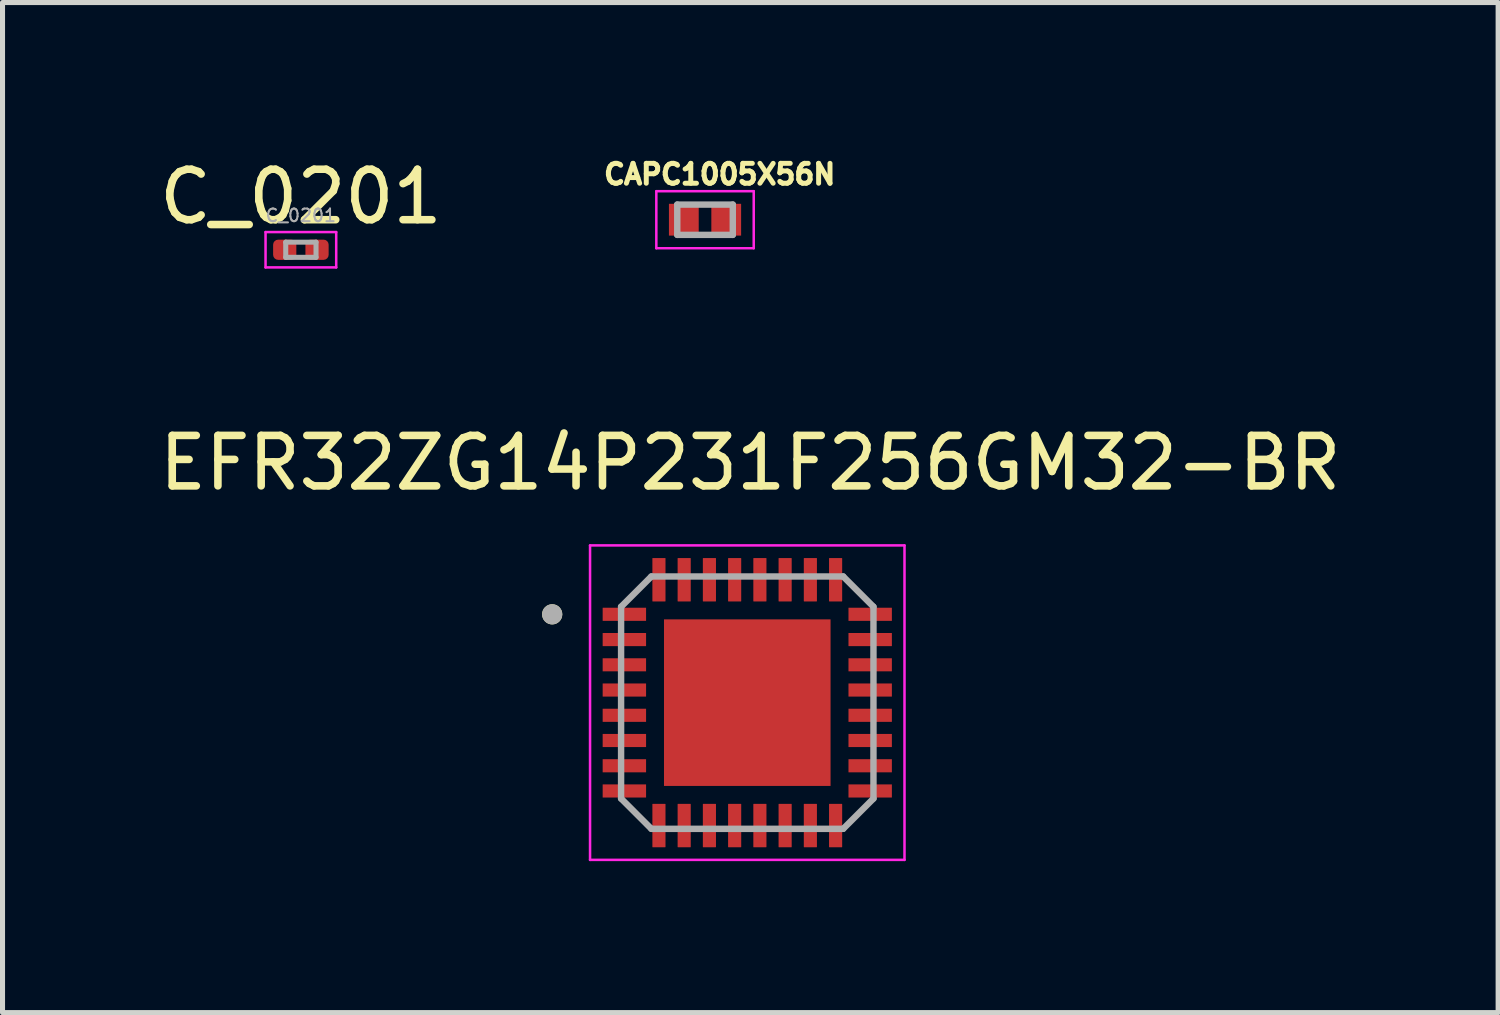
<source format=kicad_pcb>
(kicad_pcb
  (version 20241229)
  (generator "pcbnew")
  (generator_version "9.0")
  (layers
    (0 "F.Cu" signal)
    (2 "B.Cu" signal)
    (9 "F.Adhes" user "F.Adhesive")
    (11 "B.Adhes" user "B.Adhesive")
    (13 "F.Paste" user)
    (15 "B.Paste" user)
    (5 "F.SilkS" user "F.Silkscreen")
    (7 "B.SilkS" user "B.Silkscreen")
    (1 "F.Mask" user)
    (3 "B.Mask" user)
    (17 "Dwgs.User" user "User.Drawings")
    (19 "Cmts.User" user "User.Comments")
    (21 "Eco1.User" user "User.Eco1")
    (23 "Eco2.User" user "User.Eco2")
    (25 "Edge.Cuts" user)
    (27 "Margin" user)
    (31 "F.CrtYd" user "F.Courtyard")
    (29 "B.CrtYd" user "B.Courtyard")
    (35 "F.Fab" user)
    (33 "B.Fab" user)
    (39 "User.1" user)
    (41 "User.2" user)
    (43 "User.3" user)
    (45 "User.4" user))
  (footprint "EFR32ZG14P231F256GM32-BR"
    (layer "F.Cu")
    (at 11.755 10.871)
    (property "Reference" "EFR32ZG14P231F256GM32-BR" (at 0.06 -4.75 0) (layer "F.SilkS") (effects (font (size 1 1) (thickness 0.15))))
    (attr smd)
    (fp_circle (center -3.865 -1.75) (end -3.765 -1.75) (stroke (width 0.2) (type solid)) (fill no) (layer "F.SilkS"))
    (fp_poly (pts (xy -1.044 -1.044) (xy 1.044 -1.044) (xy 1.044 1.044) (xy -1.044 1.044)) (stroke (width 0.01) (type solid)) (fill yes) (layer "F.Paste"))
    (fp_line (start -3.115 -3.115) (end -3.115 3.115) (stroke (width 0.05) (type solid)) (layer "F.CrtYd"))
    (fp_line (start -3.115 3.115) (end 3.115 3.115) (stroke (width 0.05) (type solid)) (layer "F.CrtYd"))
    (fp_line (start 3.115 -3.115) (end -3.115 -3.115) (stroke (width 0.05) (type solid)) (layer "F.CrtYd"))
    (fp_line (start 3.115 3.115) (end 3.115 -3.115) (stroke (width 0.05) (type solid)) (layer "F.CrtYd"))
    (fp_line (start -2.5 -1.9) (end -1.9 -2.5) (stroke (width 0.127) (type solid)) (layer "F.Fab"))
    (fp_line (start -2.5 1.9) (end -2.5 -1.9) (stroke (width 0.127) (type solid)) (layer "F.Fab"))
    (fp_line (start -1.9 -2.5) (end 1.9 -2.5) (stroke (width 0.127) (type solid)) (layer "F.Fab"))
    (fp_line (start -1.9 2.5) (end -2.5 1.9) (stroke (width 0.127) (type solid)) (layer "F.Fab"))
    (fp_line (start 1.9 -2.5) (end 2.5 -1.9) (stroke (width 0.127) (type solid)) (layer "F.Fab"))
    (fp_line (start 1.9 2.5) (end -1.9 2.5) (stroke (width 0.127) (type solid)) (layer "F.Fab"))
    (fp_line (start 2.5 -1.9) (end 2.5 1.9) (stroke (width 0.127) (type solid)) (layer "F.Fab"))
    (fp_line (start 2.5 1.9) (end 1.9 2.5) (stroke (width 0.127) (type solid)) (layer "F.Fab"))
    (fp_circle (center -3.865 -1.75) (end -3.765 -1.75) (stroke (width 0.2) (type solid)) (fill no) (layer "F.Fab"))
    (pad "1" smd roundrect (at -2.435 -1.75) (size 0.86 0.26) (layers "F.Cu" "F.Mask" "F.Paste") (roundrect_rratio 0.01))
    (pad "2" smd roundrect (at -2.435 -1.25) (size 0.86 0.26) (layers "F.Cu" "F.Mask" "F.Paste") (roundrect_rratio 0.01))
    (pad "3" smd roundrect (at -2.435 -0.75) (size 0.86 0.26) (layers "F.Cu" "F.Mask" "F.Paste") (roundrect_rratio 0.01))
    (pad "4" smd roundrect (at -2.435 -0.25) (size 0.86 0.26) (layers "F.Cu" "F.Mask" "F.Paste") (roundrect_rratio 0.01))
    (pad "5" smd roundrect (at -2.435 0.25) (size 0.86 0.26) (layers "F.Cu" "F.Mask" "F.Paste") (roundrect_rratio 0.01))
    (pad "6" smd roundrect (at -2.435 0.75) (size 0.86 0.26) (layers "F.Cu" "F.Mask" "F.Paste") (roundrect_rratio 0.01))
    (pad "7" smd roundrect (at -2.435 1.25) (size 0.86 0.26) (layers "F.Cu" "F.Mask" "F.Paste") (roundrect_rratio 0.01))
    (pad "8" smd roundrect (at -2.435 1.75) (size 0.86 0.26) (layers "F.Cu" "F.Mask" "F.Paste") (roundrect_rratio 0.01))
    (pad "9" smd roundrect (at -1.75 2.435) (size 0.26 0.86) (layers "F.Cu" "F.Mask" "F.Paste") (roundrect_rratio 0.03))
    (pad "10" smd roundrect (at -1.25 2.435) (size 0.26 0.86) (layers "F.Cu" "F.Mask" "F.Paste") (roundrect_rratio 0.03))
    (pad "11" smd roundrect (at -0.75 2.435) (size 0.26 0.86) (layers "F.Cu" "F.Mask" "F.Paste") (roundrect_rratio 0.03))
    (pad "12" smd roundrect (at -0.25 2.435) (size 0.26 0.86) (layers "F.Cu" "F.Mask" "F.Paste") (roundrect_rratio 0.03))
    (pad "13" smd roundrect (at 0.25 2.435) (size 0.26 0.86) (layers "F.Cu" "F.Mask" "F.Paste") (roundrect_rratio 0.03))
    (pad "14" smd roundrect (at 0.75 2.435) (size 0.26 0.86) (layers "F.Cu" "F.Mask" "F.Paste") (roundrect_rratio 0.03))
    (pad "15" smd roundrect (at 1.25 2.435) (size 0.26 0.86) (layers "F.Cu" "F.Mask" "F.Paste") (roundrect_rratio 0.03))
    (pad "16" smd roundrect (at 1.75 2.435) (size 0.26 0.86) (layers "F.Cu" "F.Mask" "F.Paste") (roundrect_rratio 0.03))
    (pad "17" smd roundrect (at 2.435 1.75) (size 0.86 0.26) (layers "F.Cu" "F.Mask" "F.Paste") (roundrect_rratio 0.01))
    (pad "18" smd roundrect (at 2.435 1.25) (size 0.86 0.26) (layers "F.Cu" "F.Mask" "F.Paste") (roundrect_rratio 0.01))
    (pad "19" smd roundrect (at 2.435 0.75) (size 0.86 0.26) (layers "F.Cu" "F.Mask" "F.Paste") (roundrect_rratio 0.01))
    (pad "20" smd roundrect (at 2.435 0.25) (size 0.86 0.26) (layers "F.Cu" "F.Mask" "F.Paste") (roundrect_rratio 0.01))
    (pad "21" smd roundrect (at 2.435 -0.25) (size 0.86 0.26) (layers "F.Cu" "F.Mask" "F.Paste") (roundrect_rratio 0.01))
    (pad "22" smd roundrect (at 2.435 -0.75) (size 0.86 0.26) (layers "F.Cu" "F.Mask" "F.Paste") (roundrect_rratio 0.01))
    (pad "23" smd roundrect (at 2.435 -1.25) (size 0.86 0.26) (layers "F.Cu" "F.Mask" "F.Paste") (roundrect_rratio 0.01))
    (pad "24" smd roundrect (at 2.435 -1.75) (size 0.86 0.26) (layers "F.Cu" "F.Mask" "F.Paste") (roundrect_rratio 0.01))
    (pad "25" smd roundrect (at 1.75 -2.435) (size 0.26 0.86) (layers "F.Cu" "F.Mask" "F.Paste") (roundrect_rratio 0.03))
    (pad "26" smd roundrect (at 1.25 -2.435) (size 0.26 0.86) (layers "F.Cu" "F.Mask" "F.Paste") (roundrect_rratio 0.03))
    (pad "27" smd roundrect (at 0.75 -2.435) (size 0.26 0.86) (layers "F.Cu" "F.Mask" "F.Paste") (roundrect_rratio 0.03))
    (pad "28" smd roundrect (at 0.25 -2.435) (size 0.26 0.86) (layers "F.Cu" "F.Mask" "F.Paste") (roundrect_rratio 0.03))
    (pad "29" smd roundrect (at -0.25 -2.435) (size 0.26 0.86) (layers "F.Cu" "F.Mask" "F.Paste") (roundrect_rratio 0.03))
    (pad "30" smd roundrect (at -0.75 -2.435) (size 0.26 0.86) (layers "F.Cu" "F.Mask" "F.Paste") (roundrect_rratio 0.03))
    (pad "31" smd roundrect (at -1.25 -2.435) (size 0.26 0.86) (layers "F.Cu" "F.Mask" "F.Paste") (roundrect_rratio 0.03))
    (pad "32" smd roundrect (at -1.75 -2.435) (size 0.26 0.86) (layers "F.Cu" "F.Mask" "F.Paste") (roundrect_rratio 0.03))
    (pad "33" smd rect (at 0 0) (size 3.3 3.3) (layers "F.Cu" "F.Mask")))
  (footprint "C_0201"
    (layer "F.Cu")
    (at 2.911 1.898)
    (property "Reference" "C_0201" (at 0 -1.05 0) (layer "F.SilkS") (effects (font (size 1 1) (thickness 0.15))))
    (attr smd)
    (fp_line (start -0.7 -0.35) (end 0.7 -0.35) (stroke (width 0.05) (type solid)) (layer "F.CrtYd"))
    (fp_line (start -0.7 0.35) (end -0.7 -0.35) (stroke (width 0.05) (type solid)) (layer "F.CrtYd"))
    (fp_line (start 0.7 -0.35) (end 0.7 0.35) (stroke (width 0.05) (type solid)) (layer "F.CrtYd"))
    (fp_line (start 0.7 0.35) (end -0.7 0.35) (stroke (width 0.05) (type solid)) (layer "F.CrtYd"))
    (fp_line (start -0.3 -0.15) (end 0.3 -0.15) (stroke (width 0.1) (type solid)) (layer "F.Fab"))
    (fp_line (start -0.3 0.15) (end -0.3 -0.15) (stroke (width 0.1) (type solid)) (layer "F.Fab"))
    (fp_line (start 0.3 -0.15) (end 0.3 0.15) (stroke (width 0.1) (type solid)) (layer "F.Fab"))
    (fp_line (start 0.3 0.15) (end -0.3 0.15) (stroke (width 0.1) (type solid)) (layer "F.Fab"))
    (fp_text user "${REFERENCE}" (at 0 -0.68 0) (layer "F.Fab") (effects (font (size 0.25 0.25) (thickness 0.04))))
    (pad "" smd roundrect (at -0.345 0) (size 0.318 0.36) (layers "F.Paste") (roundrect_rratio 0.25))
    (pad "" smd roundrect (at 0.345 0) (size 0.318 0.36) (layers "F.Paste") (roundrect_rratio 0.25))
    (pad "1" smd roundrect (at -0.32 0) (size 0.46 0.4) (layers "F.Cu" "F.Mask") (roundrect_rratio 0.25))
    (pad "2" smd roundrect (at 0.32 0) (size 0.46 0.4) (layers "F.Cu" "F.Mask") (roundrect_rratio 0.25)))
  (footprint "CAPC1005X56N"
    (layer "F.Cu")
    (at 10.918 1.303)
    (property "Reference" "CAPC1005X56N" (at 0.29 -0.9 0) (layer "F.SilkS") (effects (font (size 0.394 0.394) (thickness 0.15))))
    (attr smd)
    (fp_line (start -0.965 -0.565) (end 0.965 -0.565) (stroke (width 0.05) (type solid)) (layer "F.CrtYd"))
    (fp_line (start -0.965 0.565) (end -0.965 -0.565) (stroke (width 0.05) (type solid)) (layer "F.CrtYd"))
    (fp_line (start -0.965 0.565) (end 0.965 0.565) (stroke (width 0.05) (type solid)) (layer "F.CrtYd"))
    (fp_line (start 0.965 0.565) (end 0.965 -0.565) (stroke (width 0.05) (type solid)) (layer "F.CrtYd"))
    (fp_line (start -0.55 0.3) (end -0.55 -0.3) (stroke (width 0.127) (type solid)) (layer "F.Fab"))
    (fp_line (start 0.55 -0.3) (end -0.55 -0.3) (stroke (width 0.127) (type solid)) (layer "F.Fab"))
    (fp_line (start 0.55 0.3) (end -0.55 0.3) (stroke (width 0.127) (type solid)) (layer "F.Fab"))
    (fp_line (start 0.55 0.3) (end 0.55 -0.3) (stroke (width 0.127) (type solid)) (layer "F.Fab"))
    (pad "1" smd rect (at -0.42 0) (size 0.59 0.63) (layers "F.Cu" "F.Mask" "F.Paste"))
    (pad "2" smd rect (at 0.42 0) (size 0.59 0.63) (layers "F.Cu" "F.Mask" "F.Paste")))
  (gr_rect
    (start -3 -3)
    (end 26.631 17.012)
    (stroke (width 0.1) (type default))
    (fill no)
    (layer "Edge.Cuts")))
</source>
